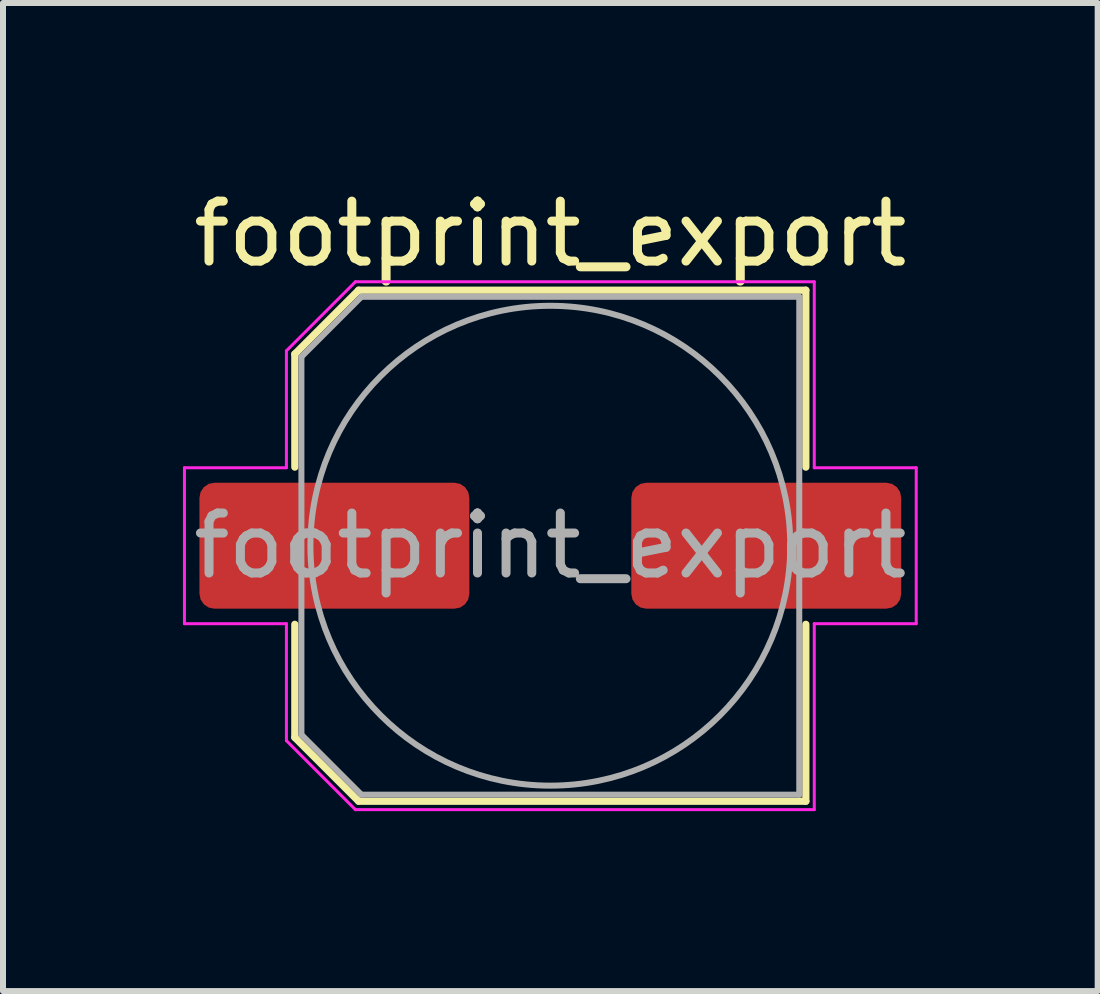
<source format=kicad_pcb>
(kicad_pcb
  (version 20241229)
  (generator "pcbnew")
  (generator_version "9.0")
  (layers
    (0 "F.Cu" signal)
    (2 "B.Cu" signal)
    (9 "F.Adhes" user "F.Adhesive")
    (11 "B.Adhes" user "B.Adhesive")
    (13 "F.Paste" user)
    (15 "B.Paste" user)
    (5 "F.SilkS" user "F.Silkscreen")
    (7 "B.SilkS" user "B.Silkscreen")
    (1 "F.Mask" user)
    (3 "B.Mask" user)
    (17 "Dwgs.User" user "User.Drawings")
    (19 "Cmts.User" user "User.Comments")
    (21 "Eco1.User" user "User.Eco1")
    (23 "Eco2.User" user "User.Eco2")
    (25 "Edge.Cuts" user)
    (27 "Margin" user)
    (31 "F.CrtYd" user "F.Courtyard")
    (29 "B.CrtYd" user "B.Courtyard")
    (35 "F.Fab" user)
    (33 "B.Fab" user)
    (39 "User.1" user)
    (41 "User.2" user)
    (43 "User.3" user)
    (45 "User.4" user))
  (footprint "footprint_export"
    (layer "F.Cu")
    (at 6.125 6.048)
    (property "Reference" "footprint_export" (at 0 -5.2 0) (layer "F.SilkS") (effects (font (size 1 1) (thickness 0.15))))
    (attr smd)
    (fp_line (start -4.26 -3.196) (end -4.26 -1.31) (stroke (width 0.12) (type solid)) (layer "F.SilkS"))
    (fp_line (start -4.26 -3.196) (end -3.196 -4.26) (stroke (width 0.12) (type solid)) (layer "F.SilkS"))
    (fp_line (start -4.26 3.196) (end -4.26 1.31) (stroke (width 0.12) (type solid)) (layer "F.SilkS"))
    (fp_line (start -4.26 3.196) (end -3.196 4.26) (stroke (width 0.12) (type solid)) (layer "F.SilkS"))
    (fp_line (start -3.196 -4.26) (end 4.26 -4.26) (stroke (width 0.12) (type solid)) (layer "F.SilkS"))
    (fp_line (start -3.196 4.26) (end 4.26 4.26) (stroke (width 0.12) (type solid)) (layer "F.SilkS"))
    (fp_line (start 4.26 -4.26) (end 4.26 -1.31) (stroke (width 0.12) (type solid)) (layer "F.SilkS"))
    (fp_line (start 4.26 4.26) (end 4.26 1.31) (stroke (width 0.12) (type solid)) (layer "F.SilkS"))
    (fp_line (start -6.1 -1.3) (end -6.1 1.3) (stroke (width 0.05) (type solid)) (layer "F.CrtYd"))
    (fp_line (start -6.1 1.3) (end -4.4 1.3) (stroke (width 0.05) (type solid)) (layer "F.CrtYd"))
    (fp_line (start -4.4 -3.25) (end -4.4 -1.3) (stroke (width 0.05) (type solid)) (layer "F.CrtYd"))
    (fp_line (start -4.4 -3.25) (end -3.25 -4.4) (stroke (width 0.05) (type solid)) (layer "F.CrtYd"))
    (fp_line (start -4.4 -1.3) (end -6.1 -1.3) (stroke (width 0.05) (type solid)) (layer "F.CrtYd"))
    (fp_line (start -4.4 1.3) (end -4.4 3.25) (stroke (width 0.05) (type solid)) (layer "F.CrtYd"))
    (fp_line (start -4.4 3.25) (end -3.25 4.4) (stroke (width 0.05) (type solid)) (layer "F.CrtYd"))
    (fp_line (start -3.25 -4.4) (end 4.4 -4.4) (stroke (width 0.05) (type solid)) (layer "F.CrtYd"))
    (fp_line (start -3.25 4.4) (end 4.4 4.4) (stroke (width 0.05) (type solid)) (layer "F.CrtYd"))
    (fp_line (start 4.4 -4.4) (end 4.4 -1.3) (stroke (width 0.05) (type solid)) (layer "F.CrtYd"))
    (fp_line (start 4.4 -1.3) (end 6.1 -1.3) (stroke (width 0.05) (type solid)) (layer "F.CrtYd"))
    (fp_line (start 4.4 1.3) (end 4.4 4.4) (stroke (width 0.05) (type solid)) (layer "F.CrtYd"))
    (fp_line (start 6.1 -1.3) (end 6.1 1.3) (stroke (width 0.05) (type solid)) (layer "F.CrtYd"))
    (fp_line (start 6.1 1.3) (end 4.4 1.3) (stroke (width 0.05) (type solid)) (layer "F.CrtYd"))
    (fp_line (start -4.15 -3.15) (end -4.15 3.15) (stroke (width 0.1) (type solid)) (layer "F.Fab"))
    (fp_line (start -4.15 -3.15) (end -3.15 -4.15) (stroke (width 0.1) (type solid)) (layer "F.Fab"))
    (fp_line (start -4.15 3.15) (end -3.15 4.15) (stroke (width 0.1) (type solid)) (layer "F.Fab"))
    (fp_line (start -3.15 -4.15) (end 4.15 -4.15) (stroke (width 0.1) (type solid)) (layer "F.Fab"))
    (fp_line (start -3.15 4.15) (end 4.15 4.15) (stroke (width 0.1) (type solid)) (layer "F.Fab"))
    (fp_line (start 4.15 -4.15) (end 4.15 4.15) (stroke (width 0.1) (type solid)) (layer "F.Fab"))
    (fp_circle (center 0 0) (end 4 0) (stroke (width 0.1) (type solid)) (fill no) (layer "F.Fab"))
    (fp_text user "${REFERENCE}" (at 0 0 0) (layer "F.Fab") (effects (font (size 1 1) (thickness 0.15))))
    (pad "1" smd roundrect (at -3.6 0) (size 4.5 2.1) (layers "F.Cu" "F.Mask" "F.Paste") (roundrect_rratio 0.119))
    (pad "2" smd roundrect (at 3.6 0) (size 4.5 2.1) (layers "F.Cu" "F.Mask" "F.Paste") (roundrect_rratio 0.119)))
  (gr_rect
    (start -3 -3)
    (end 15.25 13.473)
    (stroke (width 0.1) (type default))
    (fill no)
    (layer "Edge.Cuts")))
</source>
